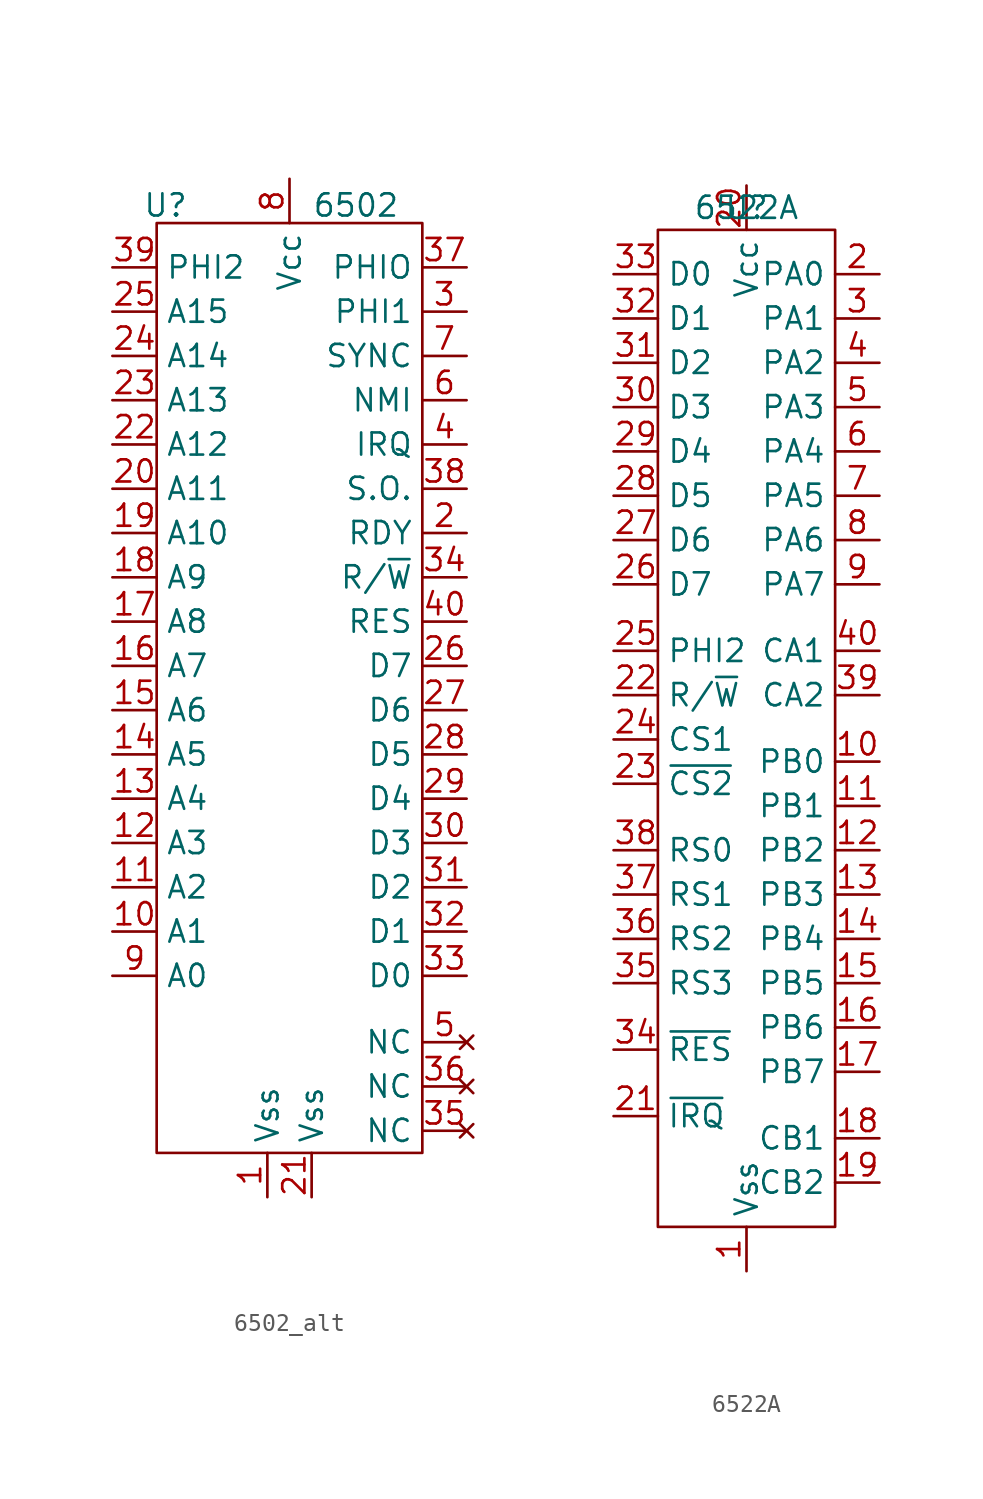
<source format=kicad_sym>
(kicad_symbol_lib
  (version 20231120)
  (generator "kicad_symbol_editor")
  (generator_version "8.0")
  (symbol "6502_alt"
    (property "Reference" "U"
      (at -7.112 1.016 0)
      (effects (font (size 1.27 1.27))))
    (property "Value" "6502"
      (at 3.81 1.016 0)
      (effects (font (size 1.27 1.27))))
    (symbol "6502_alt_0_1"
      (rectangle (start -7.62 0) (end 7.62 -53.34) (stroke (width 0.152) (type default)) (fill (type none))))
    (symbol "6502_alt_1_1"
      (pin power_in line (at -1.27 -55.88 90) (length 2.54) (name "Vss" (effects (font (size 1.27 1.27)))) (number "1" (effects (font (size 1.27 1.27)))))
      (pin output line (at -10.16 -40.64 0) (length 2.54) (name "A1" (effects (font (size 1.27 1.27)))) (number "10" (effects (font (size 1.27 1.27)))))
      (pin output line (at -10.16 -38.1 0) (length 2.54) (name "A2" (effects (font (size 1.27 1.27)))) (number "11" (effects (font (size 1.27 1.27)))))
      (pin output line (at -10.16 -35.56 0) (length 2.54) (name "A3" (effects (font (size 1.27 1.27)))) (number "12" (effects (font (size 1.27 1.27)))))
      (pin output line (at -10.16 -33.02 0) (length 2.54) (name "A4" (effects (font (size 1.27 1.27)))) (number "13" (effects (font (size 1.27 1.27)))))
      (pin output line (at -10.16 -30.48 0) (length 2.54) (name "A5" (effects (font (size 1.27 1.27)))) (number "14" (effects (font (size 1.27 1.27)))))
      (pin output line (at -10.16 -27.94 0) (length 2.54) (name "A6" (effects (font (size 1.27 1.27)))) (number "15" (effects (font (size 1.27 1.27)))))
      (pin output line (at -10.16 -25.4 0) (length 2.54) (name "A7" (effects (font (size 1.27 1.27)))) (number "16" (effects (font (size 1.27 1.27)))))
      (pin output line (at -10.16 -22.86 0) (length 2.54) (name "A8" (effects (font (size 1.27 1.27)))) (number "17" (effects (font (size 1.27 1.27)))))
      (pin output line (at -10.16 -20.32 0) (length 2.54) (name "A9" (effects (font (size 1.27 1.27)))) (number "18" (effects (font (size 1.27 1.27)))))
      (pin output line (at -10.16 -17.78 0) (length 2.54) (name "A10" (effects (font (size 1.27 1.27)))) (number "19" (effects (font (size 1.27 1.27)))))
      (pin input line (at 10.16 -17.78 180) (length 2.54) (name "RDY" (effects (font (size 1.27 1.27)))) (number "2" (effects (font (size 1.27 1.27)))))
      (pin output line (at -10.16 -15.24 0) (length 2.54) (name "A11" (effects (font (size 1.27 1.27)))) (number "20" (effects (font (size 1.27 1.27)))))
      (pin power_in line (at 1.27 -55.88 90) (length 2.54) (name "Vss" (effects (font (size 1.27 1.27)))) (number "21" (effects (font (size 1.27 1.27)))))
      (pin output line (at -10.16 -12.7 0) (length 2.54) (name "A12" (effects (font (size 1.27 1.27)))) (number "22" (effects (font (size 1.27 1.27)))))
      (pin output line (at -10.16 -10.16 0) (length 2.54) (name "A13" (effects (font (size 1.27 1.27)))) (number "23" (effects (font (size 1.27 1.27)))))
      (pin output line (at -10.16 -7.62 0) (length 2.54) (name "A14" (effects (font (size 1.27 1.27)))) (number "24" (effects (font (size 1.27 1.27)))))
      (pin output line (at -10.16 -5.08 0) (length 2.54) (name "A15" (effects (font (size 1.27 1.27)))) (number "25" (effects (font (size 1.27 1.27)))))
      (pin bidirectional line (at 10.16 -25.4 180) (length 2.54) (name "D7" (effects (font (size 1.27 1.27)))) (number "26" (effects (font (size 1.27 1.27)))))
      (pin bidirectional line (at 10.16 -27.94 180) (length 2.54) (name "D6" (effects (font (size 1.27 1.27)))) (number "27" (effects (font (size 1.27 1.27)))))
      (pin bidirectional line (at 10.16 -30.48 180) (length 2.54) (name "D5" (effects (font (size 1.27 1.27)))) (number "28" (effects (font (size 1.27 1.27)))))
      (pin bidirectional line (at 10.16 -33.02 180) (length 2.54) (name "D4" (effects (font (size 1.27 1.27)))) (number "29" (effects (font (size 1.27 1.27)))))
      (pin output line (at 10.16 -5.08 180) (length 2.54) (name "PHI1" (effects (font (size 1.27 1.27)))) (number "3" (effects (font (size 1.27 1.27)))))
      (pin bidirectional line (at 10.16 -35.56 180) (length 2.54) (name "D3" (effects (font (size 1.27 1.27)))) (number "30" (effects (font (size 1.27 1.27)))))
      (pin bidirectional line (at 10.16 -38.1 180) (length 2.54) (name "D2" (effects (font (size 1.27 1.27)))) (number "31" (effects (font (size 1.27 1.27)))))
      (pin bidirectional line (at 10.16 -40.64 180) (length 2.54) (name "D1" (effects (font (size 1.27 1.27)))) (number "32" (effects (font (size 1.27 1.27)))))
      (pin bidirectional line (at 10.16 -43.18 180) (length 2.54) (name "D0" (effects (font (size 1.27 1.27)))) (number "33" (effects (font (size 1.27 1.27)))))
      (pin output line (at 10.16 -20.32 180) (length 2.54) (name "R/~{W}" (effects (font (size 1.27 1.27)))) (number "34" (effects (font (size 1.27 1.27)))))
      (pin no_connect line (at 10.16 -52.07 180) (length 2.54) (name "NC" (effects (font (size 1.27 1.27)))) (number "35" (effects (font (size 1.27 1.27)))))
      (pin no_connect line (at 10.16 -49.53 180) (length 2.54) (name "NC" (effects (font (size 1.27 1.27)))) (number "36" (effects (font (size 1.27 1.27)))))
      (pin input line (at 10.16 -2.54 180) (length 2.54) (name "PHIO" (effects (font (size 1.27 1.27)))) (number "37" (effects (font (size 1.27 1.27)))))
      (pin input line (at 10.16 -15.24 180) (length 2.54) (name "S.O." (effects (font (size 1.27 1.27)))) (number "38" (effects (font (size 1.27 1.27)))))
      (pin output line (at -10.16 -2.54 0) (length 2.54) (name "PHI2" (effects (font (size 1.27 1.27)))) (number "39" (effects (font (size 1.27 1.27)))))
      (pin input line (at 10.16 -12.7 180) (length 2.54) (name "IRQ" (effects (font (size 1.27 1.27)))) (number "4" (effects (font (size 1.27 1.27)))))
      (pin input line (at 10.16 -22.86 180) (length 2.54) (name "RES" (effects (font (size 1.27 1.27)))) (number "40" (effects (font (size 1.27 1.27)))))
      (pin no_connect line (at 10.16 -46.99 180) (length 2.54) (name "NC" (effects (font (size 1.27 1.27)))) (number "5" (effects (font (size 1.27 1.27)))))
      (pin input line (at 10.16 -10.16 180) (length 2.54) (name "NMI" (effects (font (size 1.27 1.27)))) (number "6" (effects (font (size 1.27 1.27)))))
      (pin output line (at 10.16 -7.62 180) (length 2.54) (name "SYNC" (effects (font (size 1.27 1.27)))) (number "7" (effects (font (size 1.27 1.27)))))
      (pin power_in line (at 0 2.54 270) (length 2.54) (name "Vcc" (effects (font (size 1.27 1.27)))) (number "8" (effects (font (size 1.27 1.27)))))
      (pin output line (at -10.16 -43.18 0) (length 2.54) (name "A0" (effects (font (size 1.27 1.27)))) (number "9" (effects (font (size 1.27 1.27)))))))
  (symbol "6522A"
    (property "Reference" "U"
      (at 0 0 0)
      (effects (font (size 1.27 1.27))))
    (property "Value" "6522A"
      (at 0 0 0)
      (effects (font (size 1.27 1.27))))
    (symbol "6522A_0_1"
      (rectangle (start -5.08 -1.27) (end 5.08 -58.42) (stroke (width 0.152) (type default)) (fill (type none))))
    (symbol "6522A_1_1"
      (pin power_in line (at 0 -60.96 90) (length 2.54) (name "Vss" (effects (font (size 1.27 1.27)))) (number "1" (effects (font (size 1.27 1.27)))))
      (pin bidirectional line (at 7.62 -31.75 180) (length 2.54) (name "PB0" (effects (font (size 1.27 1.27)))) (number "10" (effects (font (size 1.27 1.27)))))
      (pin bidirectional line (at 7.62 -34.29 180) (length 2.54) (name "PB1" (effects (font (size 1.27 1.27)))) (number "11" (effects (font (size 1.27 1.27)))))
      (pin bidirectional line (at 7.62 -36.83 180) (length 2.54) (name "PB2" (effects (font (size 1.27 1.27)))) (number "12" (effects (font (size 1.27 1.27)))))
      (pin bidirectional line (at 7.62 -39.37 180) (length 2.54) (name "PB3" (effects (font (size 1.27 1.27)))) (number "13" (effects (font (size 1.27 1.27)))))
      (pin bidirectional line (at 7.62 -41.91 180) (length 2.54) (name "PB4" (effects (font (size 1.27 1.27)))) (number "14" (effects (font (size 1.27 1.27)))))
      (pin bidirectional line (at 7.62 -44.45 180) (length 2.54) (name "PB5" (effects (font (size 1.27 1.27)))) (number "15" (effects (font (size 1.27 1.27)))))
      (pin bidirectional line (at 7.62 -46.99 180) (length 2.54) (name "PB6" (effects (font (size 1.27 1.27)))) (number "16" (effects (font (size 1.27 1.27)))))
      (pin bidirectional line (at 7.62 -49.53 180) (length 2.54) (name "PB7" (effects (font (size 1.27 1.27)))) (number "17" (effects (font (size 1.27 1.27)))))
      (pin bidirectional line (at 7.62 -53.34 180) (length 2.54) (name "CB1" (effects (font (size 1.27 1.27)))) (number "18" (effects (font (size 1.27 1.27)))))
      (pin bidirectional line (at 7.62 -55.88 180) (length 2.54) (name "CB2" (effects (font (size 1.27 1.27)))) (number "19" (effects (font (size 1.27 1.27)))))
      (pin bidirectional line (at 7.62 -3.81 180) (length 2.54) (name "PA0" (effects (font (size 1.27 1.27)))) (number "2" (effects (font (size 1.27 1.27)))))
      (pin power_in line (at 0 1.27 270) (length 2.54) (name "Vcc" (effects (font (size 1.27 1.27)))) (number "20" (effects (font (size 1.27 1.27)))))
      (pin output line (at -7.62 -52.07 0) (length 2.54) (name "~{IRQ}" (effects (font (size 1.27 1.27)))) (number "21" (effects (font (size 1.27 1.27)))))
      (pin input line (at -7.62 -27.94 0) (length 2.54) (name "R/~{W}" (effects (font (size 1.27 1.27)))) (number "22" (effects (font (size 1.27 1.27)))))
      (pin input line (at -7.62 -33.02 0) (length 2.54) (name "~{CS2}" (effects (font (size 1.27 1.27)))) (number "23" (effects (font (size 1.27 1.27)))))
      (pin input line (at -7.62 -30.48 0) (length 2.54) (name "CS1" (effects (font (size 1.27 1.27)))) (number "24" (effects (font (size 1.27 1.27)))))
      (pin input line (at -7.62 -25.4 0) (length 2.54) (name "PHI2" (effects (font (size 1.27 1.27)))) (number "25" (effects (font (size 1.27 1.27)))))
      (pin bidirectional line (at -7.62 -21.59 0) (length 2.54) (name "D7" (effects (font (size 1.27 1.27)))) (number "26" (effects (font (size 1.27 1.27)))))
      (pin bidirectional line (at -7.62 -19.05 0) (length 2.54) (name "D6" (effects (font (size 1.27 1.27)))) (number "27" (effects (font (size 1.27 1.27)))))
      (pin bidirectional line (at -7.62 -16.51 0) (length 2.54) (name "D5" (effects (font (size 1.27 1.27)))) (number "28" (effects (font (size 1.27 1.27)))))
      (pin bidirectional line (at -7.62 -13.97 0) (length 2.54) (name "D4" (effects (font (size 1.27 1.27)))) (number "29" (effects (font (size 1.27 1.27)))))
      (pin bidirectional line (at 7.62 -6.35 180) (length 2.54) (name "PA1" (effects (font (size 1.27 1.27)))) (number "3" (effects (font (size 1.27 1.27)))))
      (pin bidirectional line (at -7.62 -11.43 0) (length 2.54) (name "D3" (effects (font (size 1.27 1.27)))) (number "30" (effects (font (size 1.27 1.27)))))
      (pin bidirectional line (at -7.62 -8.89 0) (length 2.54) (name "D2" (effects (font (size 1.27 1.27)))) (number "31" (effects (font (size 1.27 1.27)))))
      (pin bidirectional line (at -7.62 -6.35 0) (length 2.54) (name "D1" (effects (font (size 1.27 1.27)))) (number "32" (effects (font (size 1.27 1.27)))))
      (pin bidirectional line (at -7.62 -3.81 0) (length 2.54) (name "D0" (effects (font (size 1.27 1.27)))) (number "33" (effects (font (size 1.27 1.27)))))
      (pin input line (at -7.62 -48.26 0) (length 2.54) (name "~{RES}" (effects (font (size 1.27 1.27)))) (number "34" (effects (font (size 1.27 1.27)))))
      (pin input line (at -7.62 -44.45 0) (length 2.54) (name "RS3" (effects (font (size 1.27 1.27)))) (number "35" (effects (font (size 1.27 1.27)))))
      (pin input line (at -7.62 -41.91 0) (length 2.54) (name "RS2" (effects (font (size 1.27 1.27)))) (number "36" (effects (font (size 1.27 1.27)))))
      (pin input line (at -7.62 -39.37 0) (length 2.54) (name "RS1" (effects (font (size 1.27 1.27)))) (number "37" (effects (font (size 1.27 1.27)))))
      (pin input line (at -7.62 -36.83 0) (length 2.54) (name "RS0" (effects (font (size 1.27 1.27)))) (number "38" (effects (font (size 1.27 1.27)))))
      (pin bidirectional line (at 7.62 -27.94 180) (length 2.54) (name "CA2" (effects (font (size 1.27 1.27)))) (number "39" (effects (font (size 1.27 1.27)))))
      (pin bidirectional line (at 7.62 -8.89 180) (length 2.54) (name "PA2" (effects (font (size 1.27 1.27)))) (number "4" (effects (font (size 1.27 1.27)))))
      (pin input line (at 7.62 -25.4 180) (length 2.54) (name "CA1" (effects (font (size 1.27 1.27)))) (number "40" (effects (font (size 1.27 1.27)))))
      (pin bidirectional line (at 7.62 -11.43 180) (length 2.54) (name "PA3" (effects (font (size 1.27 1.27)))) (number "5" (effects (font (size 1.27 1.27)))))
      (pin bidirectional line (at 7.62 -13.97 180) (length 2.54) (name "PA4" (effects (font (size 1.27 1.27)))) (number "6" (effects (font (size 1.27 1.27)))))
      (pin bidirectional line (at 7.62 -16.51 180) (length 2.54) (name "PA5" (effects (font (size 1.27 1.27)))) (number "7" (effects (font (size 1.27 1.27)))))
      (pin bidirectional line (at 7.62 -19.05 180) (length 2.54) (name "PA6" (effects (font (size 1.27 1.27)))) (number "8" (effects (font (size 1.27 1.27)))))
      (pin bidirectional line (at 7.62 -21.59 180) (length 2.54) (name "PA7" (effects (font (size 1.27 1.27)))) (number "9" (effects (font (size 1.27 1.27))))))))
</source>
